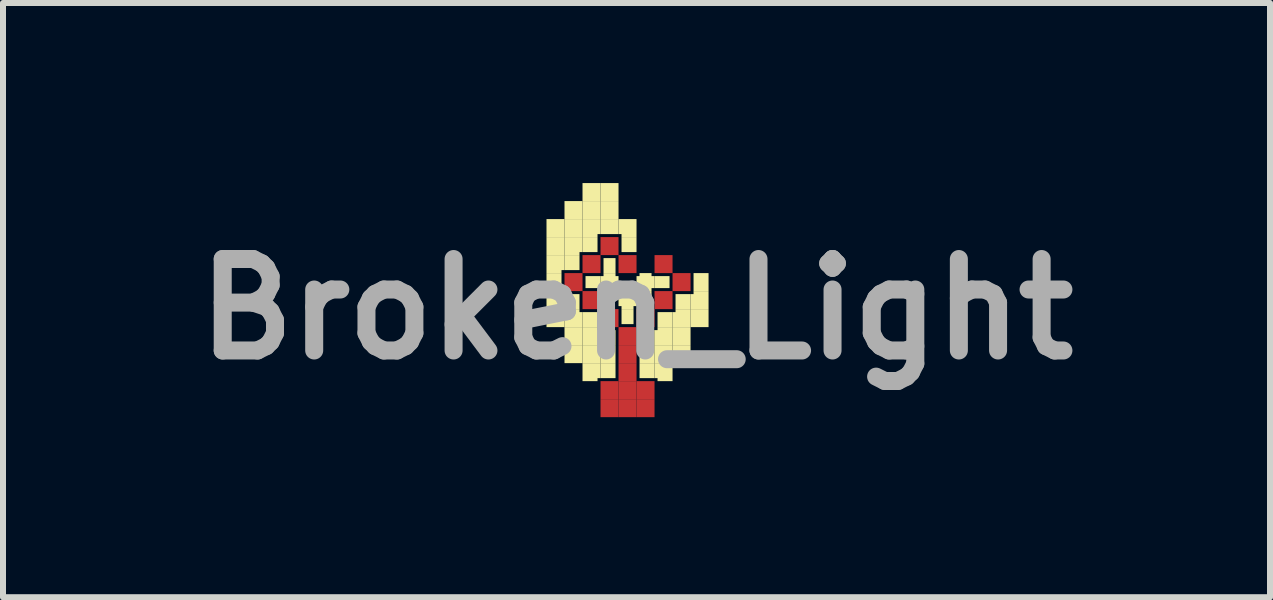
<source format=kicad_pcb>
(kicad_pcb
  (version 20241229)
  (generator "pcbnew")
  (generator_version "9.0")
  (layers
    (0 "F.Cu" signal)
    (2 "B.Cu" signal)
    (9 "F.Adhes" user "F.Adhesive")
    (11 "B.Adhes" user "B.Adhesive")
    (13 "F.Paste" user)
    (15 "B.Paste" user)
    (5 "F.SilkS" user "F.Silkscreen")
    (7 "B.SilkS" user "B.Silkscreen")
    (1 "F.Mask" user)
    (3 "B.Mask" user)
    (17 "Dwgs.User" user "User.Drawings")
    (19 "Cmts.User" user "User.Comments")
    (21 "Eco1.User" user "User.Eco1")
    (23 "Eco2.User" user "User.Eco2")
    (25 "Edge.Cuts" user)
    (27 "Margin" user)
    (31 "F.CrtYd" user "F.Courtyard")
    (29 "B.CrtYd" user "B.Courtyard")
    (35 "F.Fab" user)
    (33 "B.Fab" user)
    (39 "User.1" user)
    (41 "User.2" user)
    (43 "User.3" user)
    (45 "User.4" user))
  (footprint "Broken_Light"
    (layer "F.Cu")
    (at 7.555 2.1)
    (property "Reference" "Broken_Light" (at 0 0 0) (layer "F.Fab") (effects (font (size 1.524 1.524) (thickness 0.3))))
    (attr board_only exclude_from_pos_files exclude_from_bom)
    (fp_poly (pts (xy -1.2 -0.6) (xy -0.9 -0.6) (xy -0.9 -0.3) (xy -1.2 -0.3)) (stroke (width 0) (type solid)) (fill yes) (layer "F.Cu"))
    (fp_poly (pts (xy -0.9 -0.9) (xy -0.6 -0.9) (xy -0.6 -0.6) (xy -0.9 -0.6)) (stroke (width 0) (type solid)) (fill yes) (layer "F.Cu"))
    (fp_poly (pts (xy -0.9 -0.3) (xy -0.6 -0.3) (xy -0.6 0) (xy -0.9 0)) (stroke (width 0) (type solid)) (fill yes) (layer "F.Cu"))
    (fp_poly (pts (xy -0.6 -1.2) (xy -0.3 -1.2) (xy -0.3 -0.9) (xy -0.6 -0.9)) (stroke (width 0) (type solid)) (fill yes) (layer "F.Cu"))
    (fp_poly (pts (xy -0.6 0) (xy -0.3 0) (xy -0.3 0.3) (xy -0.6 0.3)) (stroke (width 0) (type solid)) (fill yes) (layer "F.Cu"))
    (fp_poly (pts (xy -0.6 1.2) (xy -0.3 1.2) (xy -0.3 1.5) (xy -0.6 1.5)) (stroke (width 0) (type solid)) (fill yes) (layer "F.Cu"))
    (fp_poly (pts (xy -0.6 1.5) (xy -0.3 1.5) (xy -0.3 1.8) (xy -0.6 1.8)) (stroke (width 0) (type solid)) (fill yes) (layer "F.Cu"))
    (fp_poly (pts (xy -0.3 -0.9) (xy 0 -0.9) (xy 0 -0.6) (xy -0.3 -0.6)) (stroke (width 0) (type solid)) (fill yes) (layer "F.Cu"))
    (fp_poly (pts (xy -0.3 0.3) (xy 0 0.3) (xy 0 0.6) (xy -0.3 0.6)) (stroke (width 0) (type solid)) (fill yes) (layer "F.Cu"))
    (fp_poly (pts (xy -0.3 0.6) (xy 0 0.6) (xy 0 0.9) (xy -0.3 0.9)) (stroke (width 0) (type solid)) (fill yes) (layer "F.Cu"))
    (fp_poly (pts (xy -0.3 0.9) (xy 0 0.9) (xy 0 1.2) (xy -0.3 1.2)) (stroke (width 0) (type solid)) (fill yes) (layer "F.Cu"))
    (fp_poly (pts (xy -0.3 1.2) (xy 0 1.2) (xy 0 1.5) (xy -0.3 1.5)) (stroke (width 0) (type solid)) (fill yes) (layer "F.Cu"))
    (fp_poly (pts (xy -0.3 1.5) (xy 0 1.5) (xy 0 1.8) (xy -0.3 1.8)) (stroke (width 0) (type solid)) (fill yes) (layer "F.Cu"))
    (fp_poly (pts (xy 0 0) (xy 0.3 0) (xy 0.3 0.3) (xy 0 0.3)) (stroke (width 0) (type solid)) (fill yes) (layer "F.Cu"))
    (fp_poly (pts (xy 0 1.2) (xy 0.3 1.2) (xy 0.3 1.5) (xy 0 1.5)) (stroke (width 0) (type solid)) (fill yes) (layer "F.Cu"))
    (fp_poly (pts (xy 0 1.5) (xy 0.3 1.5) (xy 0.3 1.8) (xy 0 1.8)) (stroke (width 0) (type solid)) (fill yes) (layer "F.Cu"))
    (fp_poly (pts (xy 0.3 -0.9) (xy 0.6 -0.9) (xy 0.6 -0.6) (xy 0.3 -0.6)) (stroke (width 0) (type solid)) (fill yes) (layer "F.Cu"))
    (fp_poly (pts (xy 0.3 -0.3) (xy 0.6 -0.3) (xy 0.6 0) (xy 0.3 0)) (stroke (width 0) (type solid)) (fill yes) (layer "F.Cu"))
    (fp_poly (pts (xy 0.6 -0.6) (xy 0.9 -0.6) (xy 0.9 -0.3) (xy 0.6 -0.3)) (stroke (width 0) (type solid)) (fill yes) (layer "F.Cu"))
    (fp_poly (pts (xy -1.2 -0.6) (xy -0.9 -0.6) (xy -0.9 -0.3) (xy -1.2 -0.3)) (stroke (width 0) (type solid)) (fill yes) (layer "F.Mask"))
    (fp_poly (pts (xy -0.9 -0.9) (xy -0.6 -0.9) (xy -0.6 -0.6) (xy -0.9 -0.6)) (stroke (width 0) (type solid)) (fill yes) (layer "F.Mask"))
    (fp_poly (pts (xy -0.9 -0.3) (xy -0.6 -0.3) (xy -0.6 0) (xy -0.9 0)) (stroke (width 0) (type solid)) (fill yes) (layer "F.Mask"))
    (fp_poly (pts (xy -0.6 -1.2) (xy -0.3 -1.2) (xy -0.3 -0.9) (xy -0.6 -0.9)) (stroke (width 0) (type solid)) (fill yes) (layer "F.Mask"))
    (fp_poly (pts (xy -0.6 0) (xy -0.3 0) (xy -0.3 0.3) (xy -0.6 0.3)) (stroke (width 0) (type solid)) (fill yes) (layer "F.Mask"))
    (fp_poly (pts (xy -0.6 1.2) (xy -0.3 1.2) (xy -0.3 1.5) (xy -0.6 1.5)) (stroke (width 0) (type solid)) (fill yes) (layer "F.Mask"))
    (fp_poly (pts (xy -0.6 1.5) (xy -0.3 1.5) (xy -0.3 1.8) (xy -0.6 1.8)) (stroke (width 0) (type solid)) (fill yes) (layer "F.Mask"))
    (fp_poly (pts (xy -0.3 -0.9) (xy 0 -0.9) (xy 0 -0.6) (xy -0.3 -0.6)) (stroke (width 0) (type solid)) (fill yes) (layer "F.Mask"))
    (fp_poly (pts (xy -0.3 0.3) (xy 0 0.3) (xy 0 0.6) (xy -0.3 0.6)) (stroke (width 0) (type solid)) (fill yes) (layer "F.Mask"))
    (fp_poly (pts (xy -0.3 0.6) (xy 0 0.6) (xy 0 0.9) (xy -0.3 0.9)) (stroke (width 0) (type solid)) (fill yes) (layer "F.Mask"))
    (fp_poly (pts (xy -0.3 0.9) (xy 0 0.9) (xy 0 1.2) (xy -0.3 1.2)) (stroke (width 0) (type solid)) (fill yes) (layer "F.Mask"))
    (fp_poly (pts (xy -0.3 1.2) (xy 0 1.2) (xy 0 1.5) (xy -0.3 1.5)) (stroke (width 0) (type solid)) (fill yes) (layer "F.Mask"))
    (fp_poly (pts (xy -0.3 1.5) (xy 0 1.5) (xy 0 1.8) (xy -0.3 1.8)) (stroke (width 0) (type solid)) (fill yes) (layer "F.Mask"))
    (fp_poly (pts (xy 0 0) (xy 0.3 0) (xy 0.3 0.3) (xy 0 0.3)) (stroke (width 0) (type solid)) (fill yes) (layer "F.Mask"))
    (fp_poly (pts (xy 0 1.2) (xy 0.3 1.2) (xy 0.3 1.5) (xy 0 1.5)) (stroke (width 0) (type solid)) (fill yes) (layer "F.Mask"))
    (fp_poly (pts (xy 0 1.5) (xy 0.3 1.5) (xy 0.3 1.8) (xy 0 1.8)) (stroke (width 0) (type solid)) (fill yes) (layer "F.Mask"))
    (fp_poly (pts (xy 0.3 -0.9) (xy 0.6 -0.9) (xy 0.6 -0.6) (xy 0.3 -0.6)) (stroke (width 0) (type solid)) (fill yes) (layer "F.Mask"))
    (fp_poly (pts (xy 0.3 -0.3) (xy 0.6 -0.3) (xy 0.6 0) (xy 0.3 0)) (stroke (width 0) (type solid)) (fill yes) (layer "F.Mask"))
    (fp_poly (pts (xy 0.6 -0.6) (xy 0.9 -0.6) (xy 0.9 -0.3) (xy 0.6 -0.3)) (stroke (width 0) (type solid)) (fill yes) (layer "F.Mask"))
    (fp_poly (pts (xy -1.5 -1.5) (xy -1.2 -1.5) (xy -1.2 -1.2) (xy -1.5 -1.2)) (stroke (width 0) (type solid)) (fill yes) (layer "F.SilkS"))
    (fp_poly (pts (xy -1.5 -1.2) (xy -1.2 -1.2) (xy -1.2 -0.9) (xy -1.5 -0.9)) (stroke (width 0) (type solid)) (fill yes) (layer "F.SilkS"))
    (fp_poly (pts (xy -1.5 -0.6) (xy -1.25 -0.6) (xy -1.25 -0.3) (xy -1.5 -0.3)) (stroke (width 0) (type solid)) (fill yes) (layer "F.SilkS"))
    (fp_poly (pts (xy -1.5 0) (xy -1.2 0) (xy -1.2 0.3) (xy -1.5 0.3)) (stroke (width 0) (type solid)) (fill yes) (layer "F.SilkS"))
    (fp_poly (pts (xy -1.2 -1.8) (xy -0.9 -1.8) (xy -0.9 -1.5) (xy -1.2 -1.5)) (stroke (width 0) (type solid)) (fill yes) (layer "F.SilkS"))
    (fp_poly (pts (xy -1.2 -1.5) (xy -0.9 -1.5) (xy -0.9 -1.2) (xy -1.2 -1.2)) (stroke (width 0) (type solid)) (fill yes) (layer "F.SilkS"))
    (fp_poly (pts (xy -1.2 -0.9) (xy -0.95 -0.9) (xy -0.95 -0.65) (xy -1.2 -0.65)) (stroke (width 0) (type solid)) (fill yes) (layer "F.SilkS"))
    (fp_poly (pts (xy -1.2 -0.25) (xy -0.95 -0.25) (xy -0.95 0) (xy -1.2 0)) (stroke (width 0) (type solid)) (fill yes) (layer "F.SilkS"))
    (fp_poly (pts (xy -1.2 0.3) (xy -0.9 0.3) (xy -0.9 0.6) (xy -1.2 0.6)) (stroke (width 0) (type solid)) (fill yes) (layer "F.SilkS"))
    (fp_poly (pts (xy -1.2 0.6) (xy -0.9 0.6) (xy -0.9 0.9) (xy -1.2 0.9)) (stroke (width 0) (type solid)) (fill yes) (layer "F.SilkS"))
    (fp_poly (pts (xy -0.9 -2.1) (xy -0.6 -2.1) (xy -0.6 -1.8) (xy -0.9 -1.8)) (stroke (width 0) (type solid)) (fill yes) (layer "F.SilkS"))
    (fp_poly (pts (xy -0.9 -1.8) (xy -0.6 -1.8) (xy -0.6 -1.5) (xy -0.9 -1.5)) (stroke (width 0) (type solid)) (fill yes) (layer "F.SilkS"))
    (fp_poly (pts (xy -0.9 -1.2) (xy -0.65 -1.2) (xy -0.65 -0.95) (xy -0.9 -0.95)) (stroke (width 0) (type solid)) (fill yes) (layer "F.SilkS"))
    (fp_poly (pts (xy -0.9 0.05) (xy -0.65 0.05) (xy -0.65 0.3) (xy -0.9 0.3)) (stroke (width 0) (type solid)) (fill yes) (layer "F.SilkS"))
    (fp_poly (pts (xy -0.9 0.6) (xy -0.6 0.6) (xy -0.6 0.9) (xy -0.9 0.9)) (stroke (width 0) (type solid)) (fill yes) (layer "F.SilkS"))
    (fp_poly (pts (xy -0.85 -0.55) (xy -0.6 -0.55) (xy -0.6 -0.35) (xy -0.85 -0.35)) (stroke (width 0) (type solid)) (fill yes) (layer "F.SilkS"))
    (fp_poly (pts (xy -0.6 -2.1) (xy -0.3 -2.1) (xy -0.3 -1.8) (xy -0.6 -1.8)) (stroke (width 0) (type solid)) (fill yes) (layer "F.SilkS"))
    (fp_poly (pts (xy -0.6 -1.8) (xy -0.3 -1.8) (xy -0.3 -1.5) (xy -0.6 -1.5)) (stroke (width 0) (type solid)) (fill yes) (layer "F.SilkS"))
    (fp_poly (pts (xy -0.6 -1.5) (xy -0.3 -1.5) (xy -0.3 -1.25) (xy -0.6 -1.25)) (stroke (width 0) (type solid)) (fill yes) (layer "F.SilkS"))
    (fp_poly (pts (xy -0.6 0.35) (xy -0.35 0.35) (xy -0.35 0.6) (xy -0.6 0.6)) (stroke (width 0) (type solid)) (fill yes) (layer "F.SilkS"))
    (fp_poly (pts (xy -0.6 0.6) (xy -0.35 0.6) (xy -0.35 0.9) (xy -0.6 0.9)) (stroke (width 0) (type solid)) (fill yes) (layer "F.SilkS"))
    (fp_poly (pts (xy -0.6 0.9) (xy -0.35 0.9) (xy -0.35 1.15) (xy -0.6 1.15)) (stroke (width 0) (type solid)) (fill yes) (layer "F.SilkS"))
    (fp_poly (pts (xy -0.55 -0.85) (xy -0.35 -0.85) (xy -0.35 -0.6) (xy -0.55 -0.6)) (stroke (width 0) (type solid)) (fill yes) (layer "F.SilkS"))
    (fp_poly (pts (xy -0.25 -1.2) (xy 0 -1.2) (xy 0 -0.95) (xy -0.25 -0.95)) (stroke (width 0) (type solid)) (fill yes) (layer "F.SilkS"))
    (fp_poly (pts (xy -0.25 0) (xy -0.05 0) (xy -0.05 0.25) (xy -0.25 0.25)) (stroke (width 0) (type solid)) (fill yes) (layer "F.SilkS"))
    (fp_poly (pts (xy 0 -0.3) (xy 0.25 -0.3) (xy 0.25 -0.05) (xy 0 -0.05)) (stroke (width 0) (type solid)) (fill yes) (layer "F.SilkS"))
    (fp_poly (pts (xy 0.05 0.35) (xy 0.3 0.35) (xy 0.3 0.6) (xy 0.05 0.6)) (stroke (width 0) (type solid)) (fill yes) (layer "F.SilkS"))
    (fp_poly (pts (xy 0.05 0.6) (xy 0.3 0.6) (xy 0.3 0.9) (xy 0.05 0.9)) (stroke (width 0) (type solid)) (fill yes) (layer "F.SilkS"))
    (fp_poly (pts (xy 0.05 0.9) (xy 0.3 0.9) (xy 0.3 1.15) (xy 0.05 1.15)) (stroke (width 0) (type solid)) (fill yes) (layer "F.SilkS"))
    (fp_poly (pts (xy 0.3 -0.55) (xy 0.55 -0.55) (xy 0.55 -0.35) (xy 0.3 -0.35)) (stroke (width 0) (type solid)) (fill yes) (layer "F.SilkS"))
    (fp_poly (pts (xy 0.3 0.6) (xy 0.6 0.6) (xy 0.6 0.9) (xy 0.3 0.9)) (stroke (width 0) (type solid)) (fill yes) (layer "F.SilkS"))
    (fp_poly (pts (xy 0.35 0.05) (xy 0.6 0.05) (xy 0.6 0.3) (xy 0.35 0.3)) (stroke (width 0) (type solid)) (fill yes) (layer "F.SilkS"))
    (fp_poly (pts (xy 0.6 0.3) (xy 0.9 0.3) (xy 0.9 0.6) (xy 0.6 0.6)) (stroke (width 0) (type solid)) (fill yes) (layer "F.SilkS"))
    (fp_poly (pts (xy 0.6 0.6) (xy 0.9 0.6) (xy 0.9 0.9) (xy 0.6 0.9)) (stroke (width 0) (type solid)) (fill yes) (layer "F.SilkS"))
    (fp_poly (pts (xy 0.65 -0.25) (xy 0.9 -0.25) (xy 0.9 0) (xy 0.65 0)) (stroke (width 0) (type solid)) (fill yes) (layer "F.SilkS"))
    (fp_poly (pts (xy 0.9 0) (xy 1.2 0) (xy 1.2 0.3) (xy 0.9 0.3)) (stroke (width 0) (type solid)) (fill yes) (layer "F.SilkS"))
    (fp_poly (pts (xy 0.95 -0.6) (xy 1.2 -0.6) (xy 1.2 -0.3) (xy 0.95 -0.3)) (stroke (width 0) (type solid)) (fill yes) (layer "F.SilkS"))
    (fp_poly (pts (xy -1.5 -0.9) (xy -1.2 -0.9) (xy -1.2 -0.65) (xy -1.25 -0.65) (xy -1.25 -0.6) (xy -1.5 -0.6)) (stroke (width 0) (type solid)) (fill yes) (layer "F.SilkS"))
    (fp_poly (pts (xy -1.5 -0.3) (xy -1.25 -0.3) (xy -1.25 -0.25) (xy -1.2 -0.25) (xy -1.2 0) (xy -1.5 0)) (stroke (width 0) (type solid)) (fill yes) (layer "F.SilkS"))
    (fp_poly (pts (xy -1.2 -1.2) (xy -0.9 -1.2) (xy -0.9 -0.95) (xy -0.95 -0.95) (xy -0.95 -0.9) (xy -1.2 -0.9)) (stroke (width 0) (type solid)) (fill yes) (layer "F.SilkS"))
    (fp_poly (pts (xy -1.2 0) (xy -0.95 0) (xy -0.95 0.05) (xy -0.9 0.05) (xy -0.9 0.3) (xy -1.2 0.3)) (stroke (width 0) (type solid)) (fill yes) (layer "F.SilkS"))
    (fp_poly (pts (xy -0.9 -1.5) (xy -0.6 -1.5) (xy -0.6 -1.25) (xy -0.65 -1.25) (xy -0.65 -1.2) (xy -0.9 -1.2)) (stroke (width 0) (type solid)) (fill yes) (layer "F.SilkS"))
    (fp_poly (pts (xy -0.9 0.3) (xy -0.65 0.3) (xy -0.65 0.35) (xy -0.6 0.35) (xy -0.6 0.6) (xy -0.9 0.6)) (stroke (width 0) (type solid)) (fill yes) (layer "F.SilkS"))
    (fp_poly (pts (xy -0.9 0.9) (xy -0.6 0.9) (xy -0.6 1.15) (xy -0.65 1.15) (xy -0.65 1.2) (xy -0.9 1.2)) (stroke (width 0) (type solid)) (fill yes) (layer "F.SilkS"))
    (fp_poly (pts (xy -0.3 -1.5) (xy 0 -1.5) (xy 0 -1.2) (xy -0.25 -1.2) (xy -0.25 -1.25) (xy -0.3 -1.25)) (stroke (width 0) (type solid)) (fill yes) (layer "F.SilkS"))
    (fp_poly (pts (xy 0.3 0.35) (xy 0.35 0.35) (xy 0.35 0.3) (xy 0.6 0.3) (xy 0.6 0.6) (xy 0.3 0.6)) (stroke (width 0) (type solid)) (fill yes) (layer "F.SilkS"))
    (fp_poly (pts (xy 0.3 0.9) (xy 0.6 0.9) (xy 0.6 1.2) (xy 0.35 1.2) (xy 0.35 1.15) (xy 0.3 1.15)) (stroke (width 0) (type solid)) (fill yes) (layer "F.SilkS"))
    (fp_poly (pts (xy 0.6 0.05) (xy 0.65 0.05) (xy 0.65 0) (xy 0.9 0) (xy 0.9 0.3) (xy 0.6 0.3)) (stroke (width 0) (type solid)) (fill yes) (layer "F.SilkS"))
    (fp_poly (pts (xy 0.9 -0.25) (xy 0.95 -0.25) (xy 0.95 -0.3) (xy 1.2 -0.3) (xy 1.2 0) (xy 0.9 0)) (stroke (width 0) (type solid)) (fill yes) (layer "F.SilkS"))
    (fp_poly (pts (xy -0.3 -0.3) (xy 0 -0.3) (xy 0 -0.05) (xy -0.05 -0.05) (xy -0.05 0) (xy -0.25 0) (xy -0.25 -0.05) (xy -0.3 -0.05)) (stroke (width 0) (type solid)) (fill yes) (layer "F.SilkS"))
    (fp_poly (pts (xy -0.6 -0.55) (xy -0.55 -0.55) (xy -0.55 -0.6) (xy -0.35 -0.6) (xy -0.35 -0.55) (xy -0.3 -0.55) (xy -0.3 -0.3) (xy -0.55 -0.3) (xy -0.55 -0.35) (xy -0.6 -0.35)) (stroke (width 0) (type solid)) (fill yes) (layer "F.SilkS"))
    (fp_poly (pts (xy 0 -0.55) (xy 0.05 -0.55) (xy 0.05 -0.6) (xy 0.25 -0.6) (xy 0.25 -0.55) (xy 0.3 -0.55) (xy 0.3 -0.35) (xy 0.25 -0.35) (xy 0.25 -0.3) (xy 0 -0.3)) (stroke (width 0) (type solid)) (fill yes) (layer "F.SilkS")))
  (gr_rect
    (start -3 -3)
    (end 18.109 6.9)
    (stroke (width 0.1) (type default))
    (fill no)
    (layer "Edge.Cuts")))
</source>
